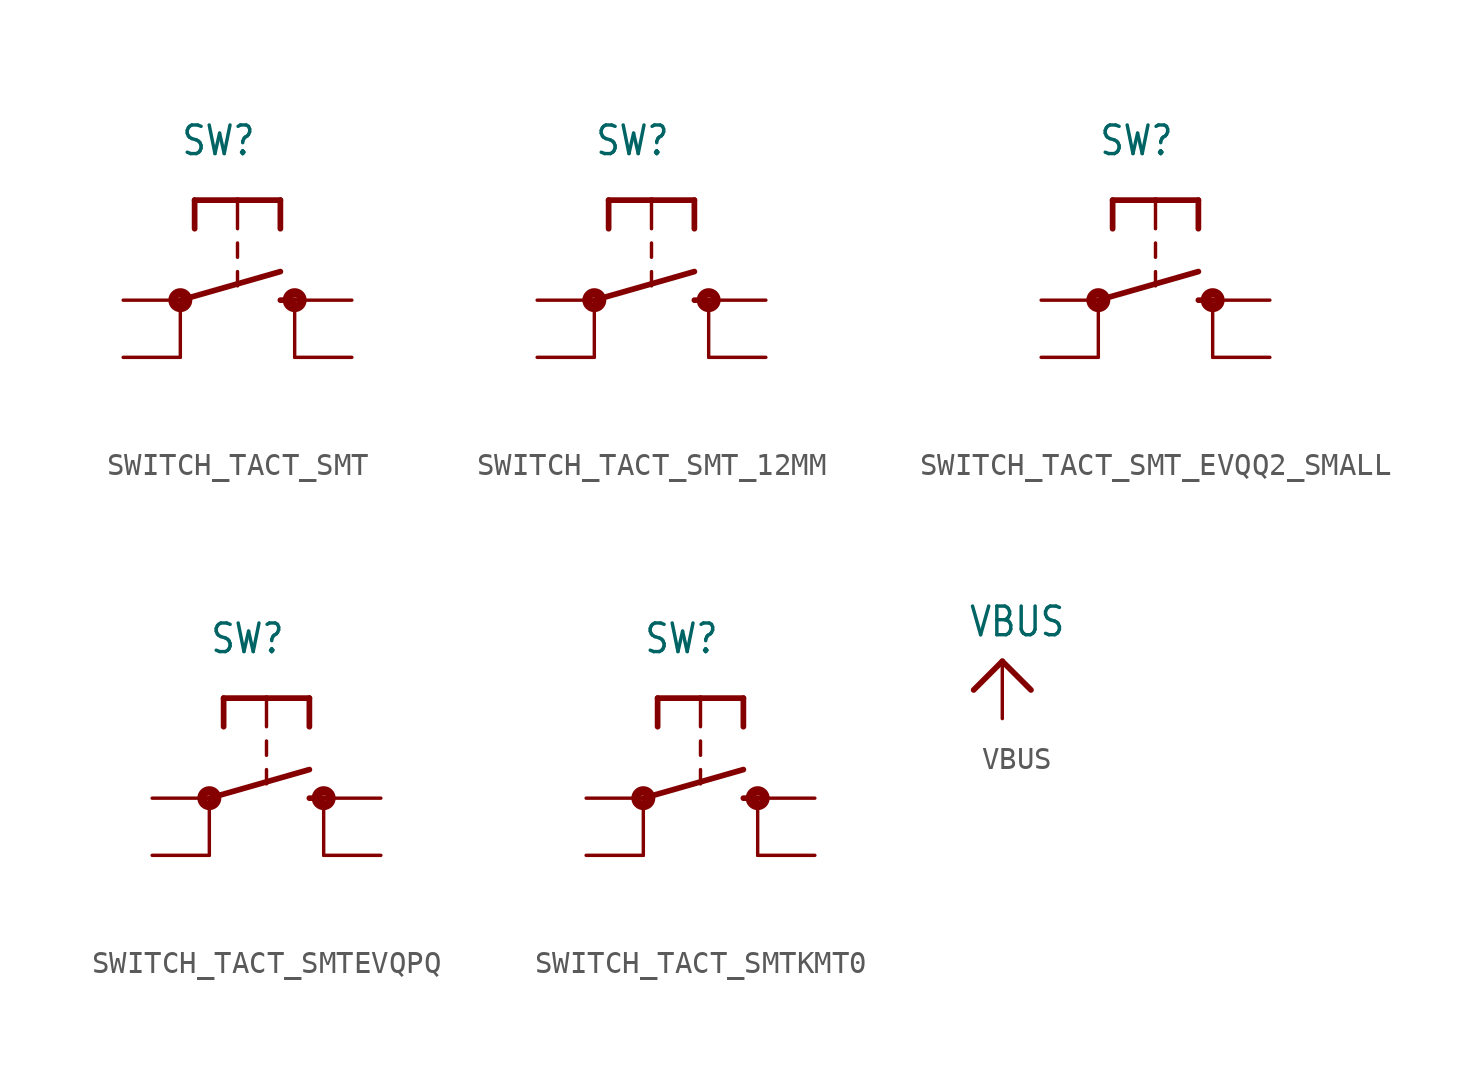
<source format=kicad_sym>
(kicad_symbol_lib
  (version 20220914)
  (generator kicad_symbol_editor)
  (symbol "SWITCH_TACT_SMT"
    (property "Reference" "SW"
      (at -2.54 6.35 0)
      (effects (font (size 1.27 1.079)) (justify left bottom)))
    (property "Value" ""
      (at -2.54 -5.08 0)
      (effects (font (size 1.27 1.079)) (justify left bottom)))
    (property "ki_locked" ""
      (at 0 0 0)
      (effects (font (size 1.27 1.27))))
    (symbol "SWITCH_TACT_SMT_1_0"
      (circle (center -2.54 0) (radius 0.127) (stroke (width 0.406) (type solid)) (fill (type none)))
      (polyline (pts (xy -2.54 -2.54) (xy -2.54 0)) (stroke (width 0.152) (type solid)) (fill (type none)))
      (polyline (pts (xy -2.54 0) (xy 1.905 1.27)) (stroke (width 0.254) (type solid)) (fill (type none)))
      (polyline (pts (xy -1.905 4.445) (xy -1.905 3.175)) (stroke (width 0.254) (type solid)) (fill (type none)))
      (polyline (pts (xy 0 1.27) (xy 0 0.635)) (stroke (width 0.152) (type solid)) (fill (type none)))
      (polyline (pts (xy 0 2.54) (xy 0 1.905)) (stroke (width 0.152) (type solid)) (fill (type none)))
      (polyline (pts (xy 0 4.445) (xy -1.905 4.445)) (stroke (width 0.254) (type solid)) (fill (type none)))
      (polyline (pts (xy 0 4.445) (xy 0 3.175)) (stroke (width 0.152) (type solid)) (fill (type none)))
      (polyline (pts (xy 1.905 0) (xy 2.54 0)) (stroke (width 0.254) (type solid)) (fill (type none)))
      (polyline (pts (xy 1.905 4.445) (xy 0 4.445)) (stroke (width 0.254) (type solid)) (fill (type none)))
      (polyline (pts (xy 1.905 4.445) (xy 1.905 3.175)) (stroke (width 0.254) (type solid)) (fill (type none)))
      (polyline (pts (xy 2.54 -2.54) (xy 2.54 0)) (stroke (width 0.152) (type solid)) (fill (type none)))
      (circle (center 2.54 0) (radius 0.127) (stroke (width 0.406) (type solid)) (fill (type none)))
      (pin passive line (at -5.08 0 0) (length 2.54) (name "P" (effects (font (size 0 0)))) (number "A" (effects (font (size 0 0)))))
      (pin passive line (at -5.08 -2.54 0) (length 2.54) (name "P1" (effects (font (size 0 0)))) (number "A'" (effects (font (size 0 0)))))
      (pin passive line (at 5.08 0 180) (length 2.54) (name "S" (effects (font (size 0 0)))) (number "B" (effects (font (size 0 0)))))
      (pin passive line (at 5.08 -2.54 180) (length 2.54) (name "S1" (effects (font (size 0 0)))) (number "B'" (effects (font (size 0 0)))))))
  (symbol "SWITCH_TACT_SMT_12MM"
    (property "Reference" "SW"
      (at -2.54 6.35 0)
      (effects (font (size 1.27 1.079)) (justify left bottom)))
    (property "Value" ""
      (at -2.54 -5.08 0)
      (effects (font (size 1.27 1.079)) (justify left bottom)))
    (property "ki_locked" ""
      (at 0 0 0)
      (effects (font (size 1.27 1.27))))
    (symbol "SWITCH_TACT_SMT_12MM_1_0"
      (circle (center -2.54 0) (radius 0.127) (stroke (width 0.406) (type solid)) (fill (type none)))
      (polyline (pts (xy -2.54 -2.54) (xy -2.54 0)) (stroke (width 0.152) (type solid)) (fill (type none)))
      (polyline (pts (xy -2.54 0) (xy 1.905 1.27)) (stroke (width 0.254) (type solid)) (fill (type none)))
      (polyline (pts (xy -1.905 4.445) (xy -1.905 3.175)) (stroke (width 0.254) (type solid)) (fill (type none)))
      (polyline (pts (xy 0 1.27) (xy 0 0.635)) (stroke (width 0.152) (type solid)) (fill (type none)))
      (polyline (pts (xy 0 2.54) (xy 0 1.905)) (stroke (width 0.152) (type solid)) (fill (type none)))
      (polyline (pts (xy 0 4.445) (xy -1.905 4.445)) (stroke (width 0.254) (type solid)) (fill (type none)))
      (polyline (pts (xy 0 4.445) (xy 0 3.175)) (stroke (width 0.152) (type solid)) (fill (type none)))
      (polyline (pts (xy 1.905 0) (xy 2.54 0)) (stroke (width 0.254) (type solid)) (fill (type none)))
      (polyline (pts (xy 1.905 4.445) (xy 0 4.445)) (stroke (width 0.254) (type solid)) (fill (type none)))
      (polyline (pts (xy 1.905 4.445) (xy 1.905 3.175)) (stroke (width 0.254) (type solid)) (fill (type none)))
      (polyline (pts (xy 2.54 -2.54) (xy 2.54 0)) (stroke (width 0.152) (type solid)) (fill (type none)))
      (circle (center 2.54 0) (radius 0.127) (stroke (width 0.406) (type solid)) (fill (type none)))
      (pin passive line (at -5.08 0 0) (length 2.54) (name "P" (effects (font (size 0 0)))) (number "P$1" (effects (font (size 0 0)))))
      (pin passive line (at -5.08 -2.54 0) (length 2.54) (name "P1" (effects (font (size 0 0)))) (number "P$2" (effects (font (size 0 0)))))
      (pin passive line (at 5.08 0 180) (length 2.54) (name "S" (effects (font (size 0 0)))) (number "P$3" (effects (font (size 0 0)))))
      (pin passive line (at 5.08 -2.54 180) (length 2.54) (name "S1" (effects (font (size 0 0)))) (number "P$4" (effects (font (size 0 0)))))))
  (symbol "SWITCH_TACT_SMT_EVQQ2_SMALL"
    (property "Reference" "SW"
      (at -2.54 6.35 0)
      (effects (font (size 1.27 1.079)) (justify left bottom)))
    (property "Value" ""
      (at -2.54 -5.08 0)
      (effects (font (size 1.27 1.079)) (justify left bottom)))
    (property "ki_locked" ""
      (at 0 0 0)
      (effects (font (size 1.27 1.27))))
    (symbol "SWITCH_TACT_SMT_EVQQ2_SMALL_1_0"
      (circle (center -2.54 0) (radius 0.127) (stroke (width 0.406) (type solid)) (fill (type none)))
      (polyline (pts (xy -2.54 -2.54) (xy -2.54 0)) (stroke (width 0.152) (type solid)) (fill (type none)))
      (polyline (pts (xy -2.54 0) (xy 1.905 1.27)) (stroke (width 0.254) (type solid)) (fill (type none)))
      (polyline (pts (xy -1.905 4.445) (xy -1.905 3.175)) (stroke (width 0.254) (type solid)) (fill (type none)))
      (polyline (pts (xy 0 1.27) (xy 0 0.635)) (stroke (width 0.152) (type solid)) (fill (type none)))
      (polyline (pts (xy 0 2.54) (xy 0 1.905)) (stroke (width 0.152) (type solid)) (fill (type none)))
      (polyline (pts (xy 0 4.445) (xy -1.905 4.445)) (stroke (width 0.254) (type solid)) (fill (type none)))
      (polyline (pts (xy 0 4.445) (xy 0 3.175)) (stroke (width 0.152) (type solid)) (fill (type none)))
      (polyline (pts (xy 1.905 0) (xy 2.54 0)) (stroke (width 0.254) (type solid)) (fill (type none)))
      (polyline (pts (xy 1.905 4.445) (xy 0 4.445)) (stroke (width 0.254) (type solid)) (fill (type none)))
      (polyline (pts (xy 1.905 4.445) (xy 1.905 3.175)) (stroke (width 0.254) (type solid)) (fill (type none)))
      (polyline (pts (xy 2.54 -2.54) (xy 2.54 0)) (stroke (width 0.152) (type solid)) (fill (type none)))
      (circle (center 2.54 0) (radius 0.127) (stroke (width 0.406) (type solid)) (fill (type none)))
      (pin passive line (at -5.08 0 0) (length 2.54) (name "P" (effects (font (size 0 0)))) (number "A" (effects (font (size 0 0)))))
      (pin passive line (at -5.08 -2.54 0) (length 2.54) (name "P1" (effects (font (size 0 0)))) (number "A'" (effects (font (size 0 0)))))
      (pin passive line (at 5.08 0 180) (length 2.54) (name "S" (effects (font (size 0 0)))) (number "B" (effects (font (size 0 0)))))
      (pin passive line (at 5.08 -2.54 180) (length 2.54) (name "S1" (effects (font (size 0 0)))) (number "B'" (effects (font (size 0 0)))))))
  (symbol "SWITCH_TACT_SMTEVQPQ"
    (property "Reference" "SW"
      (at -2.54 6.35 0)
      (effects (font (size 1.27 1.079)) (justify left bottom)))
    (property "Value" ""
      (at -2.54 -5.08 0)
      (effects (font (size 1.27 1.079)) (justify left bottom)))
    (property "ki_locked" ""
      (at 0 0 0)
      (effects (font (size 1.27 1.27))))
    (symbol "SWITCH_TACT_SMTEVQPQ_1_0"
      (circle (center -2.54 0) (radius 0.127) (stroke (width 0.406) (type solid)) (fill (type none)))
      (polyline (pts (xy -2.54 -2.54) (xy -2.54 0)) (stroke (width 0.152) (type solid)) (fill (type none)))
      (polyline (pts (xy -2.54 0) (xy 1.905 1.27)) (stroke (width 0.254) (type solid)) (fill (type none)))
      (polyline (pts (xy -1.905 4.445) (xy -1.905 3.175)) (stroke (width 0.254) (type solid)) (fill (type none)))
      (polyline (pts (xy 0 1.27) (xy 0 0.635)) (stroke (width 0.152) (type solid)) (fill (type none)))
      (polyline (pts (xy 0 2.54) (xy 0 1.905)) (stroke (width 0.152) (type solid)) (fill (type none)))
      (polyline (pts (xy 0 4.445) (xy -1.905 4.445)) (stroke (width 0.254) (type solid)) (fill (type none)))
      (polyline (pts (xy 0 4.445) (xy 0 3.175)) (stroke (width 0.152) (type solid)) (fill (type none)))
      (polyline (pts (xy 1.905 0) (xy 2.54 0)) (stroke (width 0.254) (type solid)) (fill (type none)))
      (polyline (pts (xy 1.905 4.445) (xy 0 4.445)) (stroke (width 0.254) (type solid)) (fill (type none)))
      (polyline (pts (xy 1.905 4.445) (xy 1.905 3.175)) (stroke (width 0.254) (type solid)) (fill (type none)))
      (polyline (pts (xy 2.54 -2.54) (xy 2.54 0)) (stroke (width 0.152) (type solid)) (fill (type none)))
      (circle (center 2.54 0) (radius 0.127) (stroke (width 0.406) (type solid)) (fill (type none)))
      (pin passive line (at -5.08 0 0) (length 2.54) (name "P" (effects (font (size 0 0)))) (number "A" (effects (font (size 0 0)))))
      (pin passive line (at 5.08 0 180) (length 2.54) (name "S" (effects (font (size 0 0)))) (number "B" (effects (font (size 0 0)))))
      (pin passive line (at -5.08 -2.54 0) (length 2.54) (name "P1" (effects (font (size 0 0)))) (number "C" (effects (font (size 0 0)))))
      (pin passive line (at 5.08 -2.54 180) (length 2.54) (name "S1" (effects (font (size 0 0)))) (number "D" (effects (font (size 0 0)))))))
  (symbol "SWITCH_TACT_SMTKMT0"
    (property "Reference" "SW"
      (at -2.54 6.35 0)
      (effects (font (size 1.27 1.079)) (justify left bottom)))
    (property "Value" ""
      (at -2.54 -5.08 0)
      (effects (font (size 1.27 1.079)) (justify left bottom)))
    (property "ki_locked" ""
      (at 0 0 0)
      (effects (font (size 1.27 1.27))))
    (symbol "SWITCH_TACT_SMTKMT0_1_0"
      (circle (center -2.54 0) (radius 0.127) (stroke (width 0.406) (type solid)) (fill (type none)))
      (polyline (pts (xy -2.54 -2.54) (xy -2.54 0)) (stroke (width 0.152) (type solid)) (fill (type none)))
      (polyline (pts (xy -2.54 0) (xy 1.905 1.27)) (stroke (width 0.254) (type solid)) (fill (type none)))
      (polyline (pts (xy -1.905 4.445) (xy -1.905 3.175)) (stroke (width 0.254) (type solid)) (fill (type none)))
      (polyline (pts (xy 0 1.27) (xy 0 0.635)) (stroke (width 0.152) (type solid)) (fill (type none)))
      (polyline (pts (xy 0 2.54) (xy 0 1.905)) (stroke (width 0.152) (type solid)) (fill (type none)))
      (polyline (pts (xy 0 4.445) (xy -1.905 4.445)) (stroke (width 0.254) (type solid)) (fill (type none)))
      (polyline (pts (xy 0 4.445) (xy 0 3.175)) (stroke (width 0.152) (type solid)) (fill (type none)))
      (polyline (pts (xy 1.905 0) (xy 2.54 0)) (stroke (width 0.254) (type solid)) (fill (type none)))
      (polyline (pts (xy 1.905 4.445) (xy 0 4.445)) (stroke (width 0.254) (type solid)) (fill (type none)))
      (polyline (pts (xy 1.905 4.445) (xy 1.905 3.175)) (stroke (width 0.254) (type solid)) (fill (type none)))
      (polyline (pts (xy 2.54 -2.54) (xy 2.54 0)) (stroke (width 0.152) (type solid)) (fill (type none)))
      (circle (center 2.54 0) (radius 0.127) (stroke (width 0.406) (type solid)) (fill (type none)))
      (pin passive line (at -5.08 0 0) (length 2.54) (name "P" (effects (font (size 0 0)))) (number "A" (effects (font (size 0 0)))))
      (pin passive line (at -5.08 -2.54 0) (length 2.54) (name "P1" (effects (font (size 0 0)))) (number "A'" (effects (font (size 0 0)))))
      (pin passive line (at 5.08 0 180) (length 2.54) (name "S" (effects (font (size 0 0)))) (number "B" (effects (font (size 0 0)))))
      (pin passive line (at 5.08 -2.54 180) (length 2.54) (name "S1" (effects (font (size 0 0)))) (number "B'" (effects (font (size 0 0)))))))
  (symbol "VBUS"
    (power)
    (property "Reference" ""
      (at 0 0 0)
      (effects (font (size 1.27 1.27)) hide))
    (property "Value" "VBUS"
      (at -1.524 1.016 0)
      (effects (font (size 1.27 1.079)) (justify left bottom)))
    (property "ki_locked" ""
      (at 0 0 0)
      (effects (font (size 1.27 1.27))))
    (symbol "VBUS_1_0"
      (polyline (pts (xy -1.27 -1.27) (xy 0 0)) (stroke (width 0.254) (type solid)) (fill (type none)))
      (polyline (pts (xy 0 0) (xy 1.27 -1.27)) (stroke (width 0.254) (type solid)) (fill (type none)))
      (pin power_in line (at 0 -2.54 90) (length 2.54) (name "VBUS" (effects (font (size 0 0)))) (number "1" (effects (font (size 0 0))))))))
</source>
